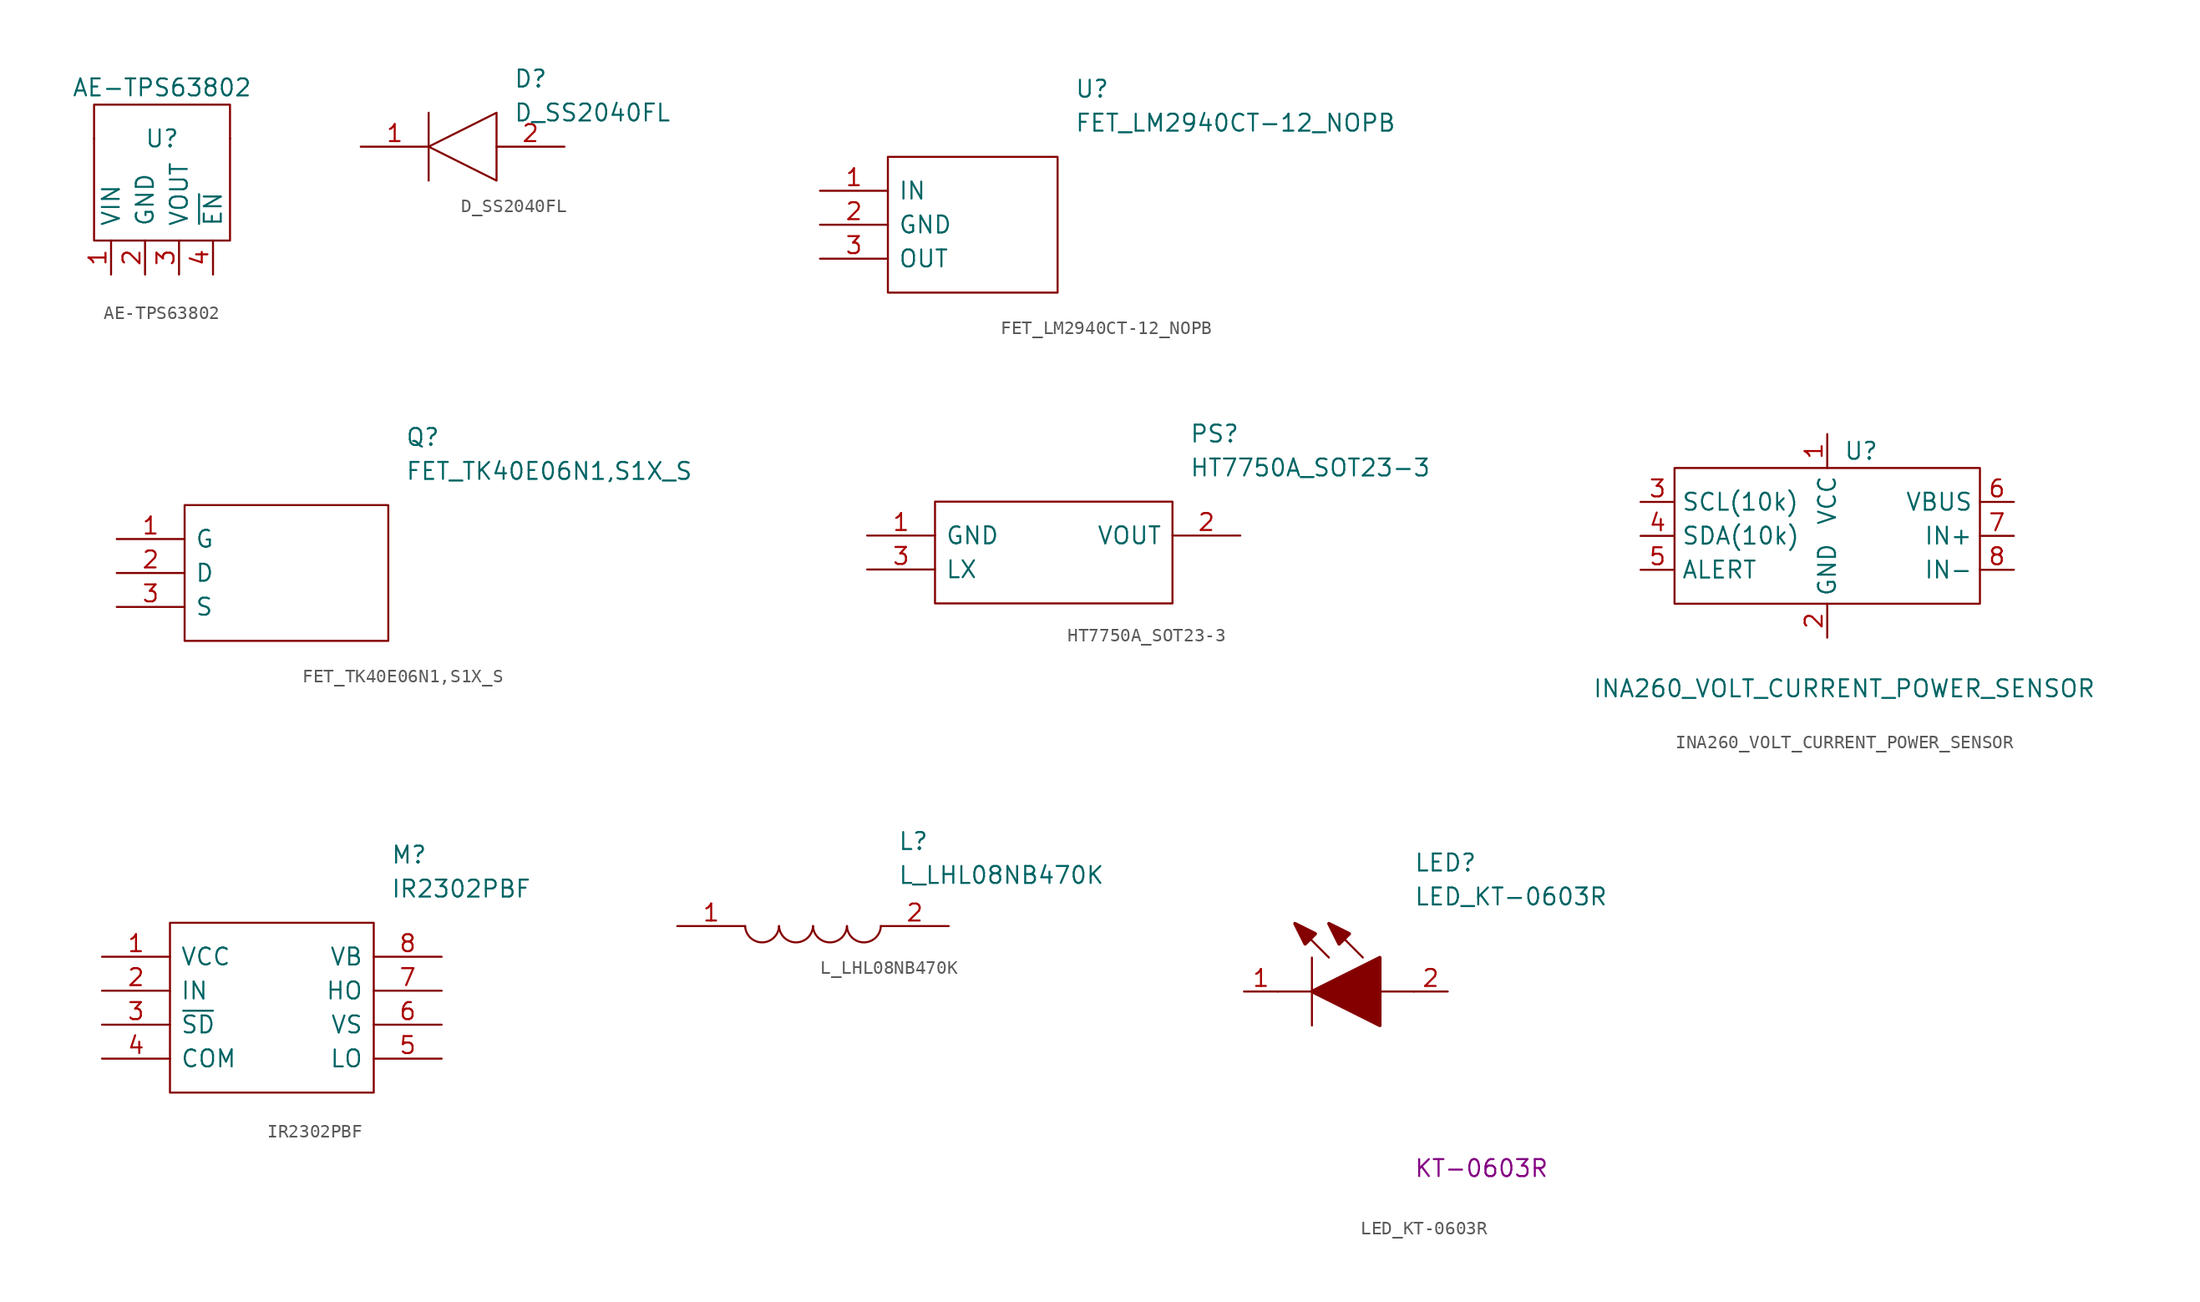
<source format=kicad_sym>
(kicad_symbol_lib
  (version 20211014)
  (generator kicad_symbol_editor)
  (symbol "AE-TPS63802"
    (pin_names
      (offset 1.016))
    (property "Reference" "U"
      (at 0 5.08 0)
      (effects (font (size 1.27 1.27))))
    (property "Value" "AE-TPS63802"
      (at 0 8.89 0)
      (effects (font (size 1.27 1.27))))
    (symbol "AE-TPS63802_0_1"
      (polyline (pts (xy -5.08 5.08) (xy -5.08 -2.54) (xy 5.08 -2.54) (xy 5.08 5.08)) (stroke (width 0) (type default) (color 0 0 0 0)) (fill (type none)))
      (polyline (pts (xy -5.08 5.08) (xy -5.08 7.62) (xy 5.08 7.62) (xy 5.08 5.08)) (stroke (width 0) (type default) (color 0 0 0 0)) (fill (type none))))
    (symbol "AE-TPS63802_1_1"
      (pin power_in line (at -3.81 -5.08 90) (length 2.54) (name "VIN" (effects (font (size 1.27 1.27)))) (number "1" (effects (font (size 1.27 1.27)))))
      (pin passive line (at -1.27 -5.08 90) (length 2.54) (name "GND" (effects (font (size 1.27 1.27)))) (number "2" (effects (font (size 1.27 1.27)))))
      (pin power_out line (at 1.27 -5.08 90) (length 2.54) (name "VOUT" (effects (font (size 1.27 1.27)))) (number "3" (effects (font (size 1.27 1.27)))))
      (pin passive line (at 3.81 -5.08 90) (length 2.54) (name "~{EN}" (effects (font (size 1.27 1.27)))) (number "4" (effects (font (size 1.27 1.27)))))))
  (symbol "D_SS2040FL"
    (pin_names
      (offset 0.762))
    (property "Reference" "D"
      (at 11.43 5.08 0)
      (effects (font (size 1.27 1.27)) (justify left)))
    (property "Value" "D_SS2040FL"
      (at 11.43 2.54 0)
      (effects (font (size 1.27 1.27)) (justify left)))
    (symbol "D_SS2040FL_0_0"
      (pin passive line (at 0 0 0) (length 5.08) (name "~" (effects (font (size 1.27 1.27)))) (number "1" (effects (font (size 1.27 1.27)))))
      (pin passive line (at 15.24 0 180) (length 5.08) (name "~" (effects (font (size 1.27 1.27)))) (number "2" (effects (font (size 1.27 1.27))))))
    (symbol "D_SS2040FL_0_1"
      (polyline (pts (xy 5.08 2.54) (xy 5.08 -2.54)) (stroke (width 0.152) (type default) (color 0 0 0 0)) (fill (type none)))
      (polyline (pts (xy 5.08 0) (xy 10.16 2.54) (xy 10.16 -2.54) (xy 5.08 0)) (stroke (width 0.152) (type default) (color 0 0 0 0)) (fill (type none)))))
  (symbol "FET_LM2940CT-12_NOPB"
    (pin_names
      (offset 0.762))
    (property "Reference" "U"
      (at 19.05 7.62 0)
      (effects (font (size 1.27 1.27)) (justify left)))
    (property "Value" "FET_LM2940CT-12_NOPB"
      (at 19.05 5.08 0)
      (effects (font (size 1.27 1.27)) (justify left)))
    (symbol "FET_LM2940CT-12_NOPB_0_0"
      (pin passive line (at 0 0 0) (length 5.08) (name "IN" (effects (font (size 1.27 1.27)))) (number "1" (effects (font (size 1.27 1.27)))))
      (pin passive line (at 0 -2.54 0) (length 5.08) (name "GND" (effects (font (size 1.27 1.27)))) (number "2" (effects (font (size 1.27 1.27)))))
      (pin passive line (at 0 -5.08 0) (length 5.08) (name "OUT" (effects (font (size 1.27 1.27)))) (number "3" (effects (font (size 1.27 1.27))))))
    (symbol "FET_LM2940CT-12_NOPB_0_1"
      (polyline (pts (xy 5.08 2.54) (xy 17.78 2.54) (xy 17.78 -7.62) (xy 5.08 -7.62) (xy 5.08 2.54)) (stroke (width 0.152) (type default) (color 0 0 0 0)) (fill (type none)))))
  (symbol "FET_TK40E06N1,S1X_S"
    (pin_names
      (offset 0.762))
    (property "Reference" "Q"
      (at 21.59 7.62 0)
      (effects (font (size 1.27 1.27)) (justify left)))
    (property "Value" "FET_TK40E06N1,S1X_S"
      (at 21.59 5.08 0)
      (effects (font (size 1.27 1.27)) (justify left)))
    (symbol "FET_TK40E06N1,S1X_S_0_0"
      (pin input line (at 0 0 0) (length 5.08) (name "G" (effects (font (size 1.27 1.27)))) (number "1" (effects (font (size 1.27 1.27)))))
      (pin passive line (at 0 -2.54 0) (length 5.08) (name "D" (effects (font (size 1.27 1.27)))) (number "2" (effects (font (size 1.27 1.27)))))
      (pin passive line (at 0 -5.08 0) (length 5.08) (name "S" (effects (font (size 1.27 1.27)))) (number "3" (effects (font (size 1.27 1.27))))))
    (symbol "FET_TK40E06N1,S1X_S_0_1"
      (polyline (pts (xy 5.08 2.54) (xy 20.32 2.54) (xy 20.32 -7.62) (xy 5.08 -7.62) (xy 5.08 2.54)) (stroke (width 0.152) (type default) (color 0 0 0 0)) (fill (type none)))))
  (symbol "HT7750A_SOT23-3"
    (pin_names
      (offset 0.762))
    (property "Reference" "PS"
      (at 24.13 7.62 0)
      (effects (font (size 1.27 1.27)) (justify left)))
    (property "Value" "HT7750A_SOT23-3"
      (at 24.13 5.08 0)
      (effects (font (size 1.27 1.27)) (justify left)))
    (symbol "HT7750A_SOT23-3_0_0"
      (pin passive line (at 0 0 0) (length 5.08) (name "GND" (effects (font (size 1.27 1.27)))) (number "1" (effects (font (size 1.27 1.27)))))
      (pin power_out line (at 27.94 0 180) (length 5.08) (name "VOUT" (effects (font (size 1.27 1.27)))) (number "2" (effects (font (size 1.27 1.27)))))
      (pin passive line (at 0 -2.54 0) (length 5.08) (name "LX" (effects (font (size 1.27 1.27)))) (number "3" (effects (font (size 1.27 1.27))))))
    (symbol "HT7750A_SOT23-3_0_1"
      (polyline (pts (xy 5.08 2.54) (xy 22.86 2.54) (xy 22.86 -5.08) (xy 5.08 -5.08) (xy 5.08 2.54)) (stroke (width 0.152) (type default) (color 0 0 0 0)) (fill (type none)))))
  (symbol "INA260_VOLT_CURRENT_POWER_SENSOR"
    (property "Reference" "U"
      (at 2.54 -1.27 0)
      (effects (font (size 1.27 1.27))))
    (property "Value" "INA260_VOLT_CURRENT_POWER_SENSOR"
      (at 1.27 -19.05 0)
      (effects (font (size 1.27 1.27))))
    (symbol "INA260_VOLT_CURRENT_POWER_SENSOR_0_1"
      (rectangle (start -11.43 -2.54) (end 11.43 -12.7) (stroke (width 0) (type default) (color 0 0 0 0)) (fill (type none))))
    (symbol "INA260_VOLT_CURRENT_POWER_SENSOR_1_1"
      (pin power_in line (at 0 0 270) (length 2.54) (name "VCC" (effects (font (size 1.27 1.27)))) (number "1" (effects (font (size 1.27 1.27)))))
      (pin power_in line (at 0 -15.24 90) (length 2.54) (name "GND" (effects (font (size 1.27 1.27)))) (number "2" (effects (font (size 1.27 1.27)))))
      (pin passive line (at -13.97 -5.08 0) (length 2.54) (name "SCL(10k)" (effects (font (size 1.27 1.27)))) (number "3" (effects (font (size 1.27 1.27)))))
      (pin passive line (at -13.97 -7.62 0) (length 2.54) (name "SDA(10k)" (effects (font (size 1.27 1.27)))) (number "4" (effects (font (size 1.27 1.27)))))
      (pin passive line (at -13.97 -10.16 0) (length 2.54) (name "ALERT" (effects (font (size 1.27 1.27)))) (number "5" (effects (font (size 1.27 1.27)))))
      (pin passive line (at 13.97 -5.08 180) (length 2.54) (name "VBUS" (effects (font (size 1.27 1.27)))) (number "6" (effects (font (size 1.27 1.27)))))
      (pin passive line (at 13.97 -7.62 180) (length 2.54) (name "IN+" (effects (font (size 1.27 1.27)))) (number "7" (effects (font (size 1.27 1.27)))))
      (pin passive line (at 13.97 -10.16 180) (length 2.54) (name "IN-" (effects (font (size 1.27 1.27)))) (number "8" (effects (font (size 1.27 1.27)))))))
  (symbol "IR2302PBF"
    (pin_names
      (offset 0.762))
    (property "Reference" "M"
      (at 21.59 7.62 0)
      (effects (font (size 1.27 1.27)) (justify left)))
    (property "Value" "IR2302PBF"
      (at 21.59 5.08 0)
      (effects (font (size 1.27 1.27)) (justify left)))
    (symbol "IR2302PBF_0_0"
      (pin power_in line (at 0 0 0) (length 5.08) (name "VCC" (effects (font (size 1.27 1.27)))) (number "1" (effects (font (size 1.27 1.27)))))
      (pin input line (at 0 -2.54 0) (length 5.08) (name "IN" (effects (font (size 1.27 1.27)))) (number "2" (effects (font (size 1.27 1.27)))))
      (pin input line (at 0 -5.08 0) (length 5.08) (name "~{SD}" (effects (font (size 1.27 1.27)))) (number "3" (effects (font (size 1.27 1.27)))))
      (pin power_in line (at 0 -7.62 0) (length 5.08) (name "COM" (effects (font (size 1.27 1.27)))) (number "4" (effects (font (size 1.27 1.27)))))
      (pin output line (at 25.4 -7.62 180) (length 5.08) (name "LO" (effects (font (size 1.27 1.27)))) (number "5" (effects (font (size 1.27 1.27)))))
      (pin output line (at 25.4 -5.08 180) (length 5.08) (name "VS" (effects (font (size 1.27 1.27)))) (number "6" (effects (font (size 1.27 1.27)))))
      (pin output line (at 25.4 -2.54 180) (length 5.08) (name "HO" (effects (font (size 1.27 1.27)))) (number "7" (effects (font (size 1.27 1.27)))))
      (pin output line (at 25.4 0 180) (length 5.08) (name "VB" (effects (font (size 1.27 1.27)))) (number "8" (effects (font (size 1.27 1.27))))))
    (symbol "IR2302PBF_0_1"
      (polyline (pts (xy 5.08 2.54) (xy 20.32 2.54) (xy 20.32 -10.16) (xy 5.08 -10.16) (xy 5.08 2.54)) (stroke (width 0.152) (type default) (color 0 0 0 0)) (fill (type none)))))
  (symbol "L_LHL08NB470K"
    (pin_names
      (offset 0.762))
    (property "Reference" "L"
      (at 16.51 6.35 0)
      (effects (font (size 1.27 1.27)) (justify left)))
    (property "Value" "L_LHL08NB470K"
      (at 16.51 3.81 0)
      (effects (font (size 1.27 1.27)) (justify left)))
    (symbol "L_LHL08NB470K_0_0"
      (pin passive line (at 0 0 0) (length 5.08) (name "~" (effects (font (size 1.27 1.27)))) (number "1" (effects (font (size 1.27 1.27)))))
      (pin passive line (at 20.32 0 180) (length 5.08) (name "~" (effects (font (size 1.27 1.27)))) (number "2" (effects (font (size 1.27 1.27))))))
    (symbol "L_LHL08NB470K_0_1"
      (arc (start 5.08 0) (mid 6.35 -1.3218) (end 7.62 0) (stroke (width 0.1524) (type default) (color 0 0 0 0)) (fill (type none)))
      (arc (start 7.62 0) (mid 8.89 -1.3218) (end 10.16 0) (stroke (width 0.1524) (type default) (color 0 0 0 0)) (fill (type none)))
      (arc (start 10.16 0) (mid 11.43 -1.3218) (end 12.7 0) (stroke (width 0.1524) (type default) (color 0 0 0 0)) (fill (type none)))
      (arc (start 12.7 0) (mid 13.97 -1.3218) (end 15.24 0) (stroke (width 0.1524) (type default) (color 0 0 0 0)) (fill (type none)))))
  (symbol "LED_KT-0603R"
    (pin_names
      (offset 0.762))
    (property "Reference" "LED"
      (at 12.7 8.89 0)
      (effects (font (size 1.27 1.27)) (justify left bottom)))
    (property "Value" "LED_KT-0603R"
      (at 12.7 6.35 0)
      (effects (font (size 1.27 1.27)) (justify left bottom)))
    (property "Manufacturer_Part_Number" "KT-0603R"
      (at 12.7 -13.97 0)
      (effects (font (size 1.27 1.27)) (justify left bottom)))
    (symbol "LED_KT-0603R_0_0"
      (pin passive line (at 0 0 0) (length 2.54) (name "~" (effects (font (size 1.27 1.27)))) (number "1" (effects (font (size 1.27 1.27)))))
      (pin passive line (at 15.24 0 180) (length 2.54) (name "~" (effects (font (size 1.27 1.27)))) (number "2" (effects (font (size 1.27 1.27))))))
    (symbol "LED_KT-0603R_0_1"
      (polyline (pts (xy 2.54 0) (xy 5.08 0)) (stroke (width 0.152) (type default) (color 0 0 0 0)) (fill (type none)))
      (polyline (pts (xy 5.08 2.54) (xy 5.08 -2.54)) (stroke (width 0.152) (type default) (color 0 0 0 0)) (fill (type none)))
      (polyline (pts (xy 6.35 2.54) (xy 3.81 5.08)) (stroke (width 0.152) (type default) (color 0 0 0 0)) (fill (type none)))
      (polyline (pts (xy 8.89 2.54) (xy 6.35 5.08)) (stroke (width 0.152) (type default) (color 0 0 0 0)) (fill (type none)))
      (polyline (pts (xy 10.16 0) (xy 12.7 0)) (stroke (width 0.152) (type default) (color 0 0 0 0)) (fill (type none)))
      (polyline (pts (xy 5.08 0) (xy 10.16 2.54) (xy 10.16 -2.54) (xy 5.08 0)) (stroke (width 0.254) (type default) (color 0 0 0 0)) (fill (type outline)))
      (polyline (pts (xy 5.334 4.318) (xy 4.572 3.556) (xy 3.81 5.08) (xy 5.334 4.318)) (stroke (width 0.254) (type default) (color 0 0 0 0)) (fill (type outline)))
      (polyline (pts (xy 7.874 4.318) (xy 7.112 3.556) (xy 6.35 5.08) (xy 7.874 4.318)) (stroke (width 0.254) (type default) (color 0 0 0 0)) (fill (type outline))))))
</source>
